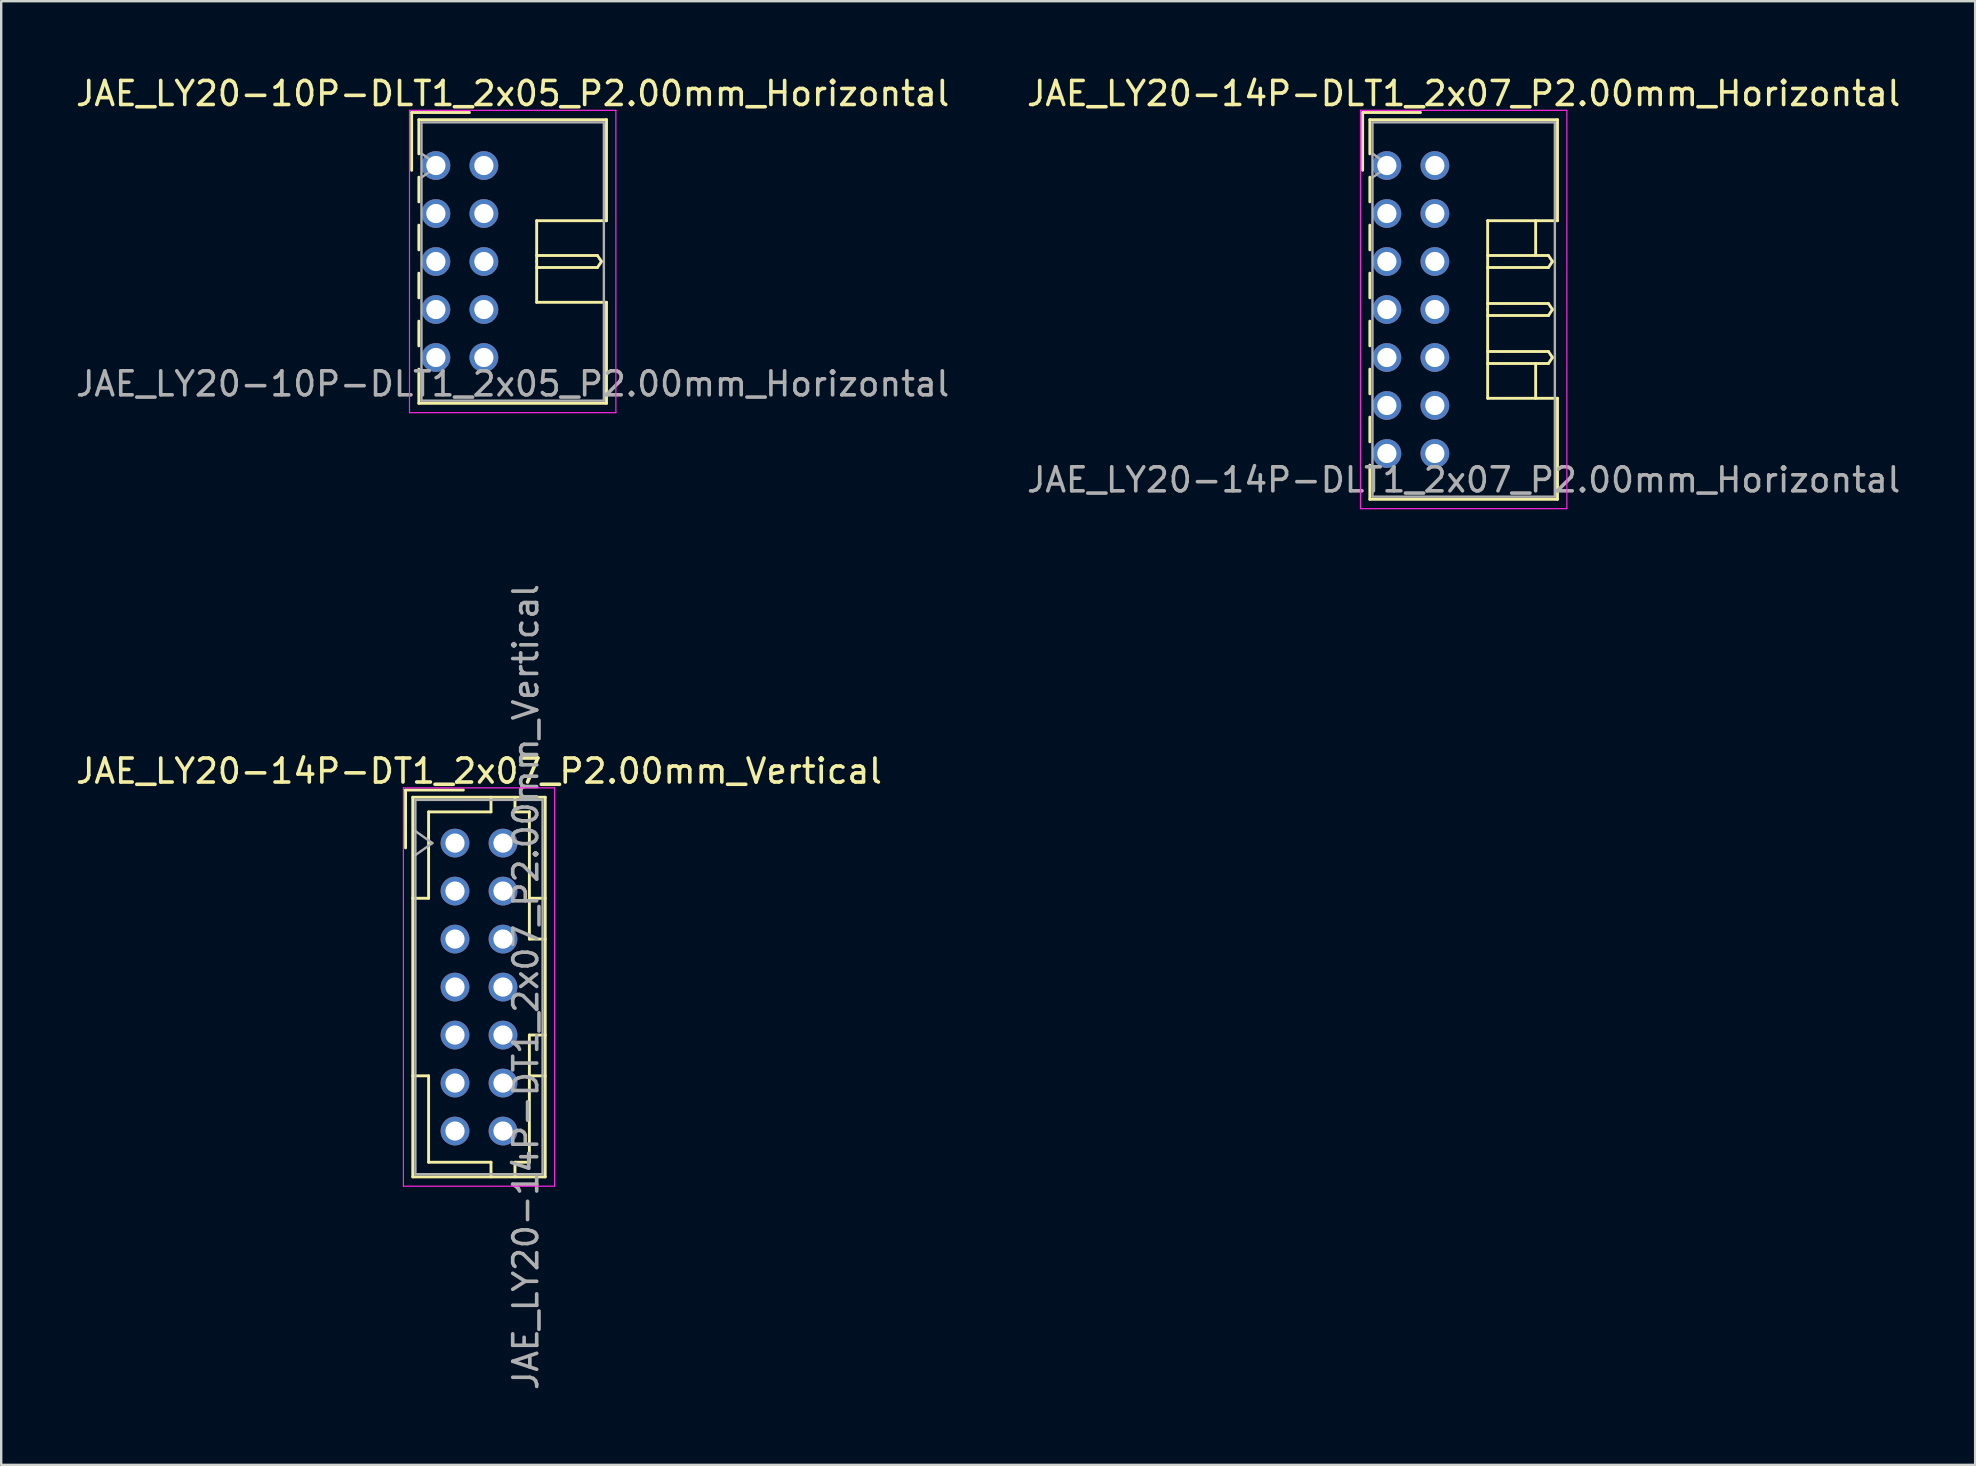
<source format=kicad_pcb>
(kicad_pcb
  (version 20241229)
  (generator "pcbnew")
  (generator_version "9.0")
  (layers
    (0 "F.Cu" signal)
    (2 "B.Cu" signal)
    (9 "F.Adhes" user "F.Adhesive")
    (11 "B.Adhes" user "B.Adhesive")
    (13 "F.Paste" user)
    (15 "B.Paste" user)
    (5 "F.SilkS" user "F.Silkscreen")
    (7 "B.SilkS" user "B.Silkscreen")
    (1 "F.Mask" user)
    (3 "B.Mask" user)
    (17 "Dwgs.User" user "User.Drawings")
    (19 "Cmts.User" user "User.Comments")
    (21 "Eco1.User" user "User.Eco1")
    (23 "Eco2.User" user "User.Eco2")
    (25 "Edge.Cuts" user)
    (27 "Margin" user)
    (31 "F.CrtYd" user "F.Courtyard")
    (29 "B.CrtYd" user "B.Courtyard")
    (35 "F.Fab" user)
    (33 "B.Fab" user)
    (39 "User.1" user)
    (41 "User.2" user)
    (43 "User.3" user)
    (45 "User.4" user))
  (footprint "JAE_LY20-14P-DLT1_2x07_P2.00mm_Horizontal"
    (layer "F.Cu")
    (at 54.746 3.848)
    (property "Reference" "JAE_LY20-14P-DLT1_2x07_P2.00mm_Horizontal" (at 3.2 -3 0) (layer "F.SilkS") (effects (font (size 1 1) (thickness 0.15))))
    (attr through_hole)
    (fp_line (start -1.01 -2.21) (end -1.01 0.2) (stroke (width 0.12) (type solid)) (layer "F.SilkS"))
    (fp_line (start -0.71 -1.91) (end 7.11 -1.91) (stroke (width 0.12) (type solid)) (layer "F.SilkS"))
    (fp_line (start -0.71 -0.485) (end -0.71 -1.91) (stroke (width 0.12) (type solid)) (layer "F.SilkS"))
    (fp_line (start -0.71 0.485) (end -0.71 1.515) (stroke (width 0.12) (type solid)) (layer "F.SilkS"))
    (fp_line (start -0.71 2.485) (end -0.71 3.515) (stroke (width 0.12) (type solid)) (layer "F.SilkS"))
    (fp_line (start -0.71 4.485) (end -0.71 5.515) (stroke (width 0.12) (type solid)) (layer "F.SilkS"))
    (fp_line (start -0.71 6.485) (end -0.71 7.515) (stroke (width 0.12) (type solid)) (layer "F.SilkS"))
    (fp_line (start -0.71 8.485) (end -0.71 9.515) (stroke (width 0.12) (type solid)) (layer "F.SilkS"))
    (fp_line (start -0.71 10.485) (end -0.71 11.515) (stroke (width 0.12) (type solid)) (layer "F.SilkS"))
    (fp_line (start -0.71 12.485) (end -0.71 13.91) (stroke (width 0.12) (type solid)) (layer "F.SilkS"))
    (fp_line (start -0.71 13.91) (end 7.11 13.91) (stroke (width 0.12) (type solid)) (layer "F.SilkS"))
    (fp_line (start 1.4 -2.21) (end -1.01 -2.21) (stroke (width 0.12) (type solid)) (layer "F.SilkS"))
    (fp_line (start 4.2 2.3) (end 4.2 6) (stroke (width 0.12) (type solid)) (layer "F.SilkS"))
    (fp_line (start 4.2 3.75) (end 6.733 3.75) (stroke (width 0.12) (type solid)) (layer "F.SilkS"))
    (fp_line (start 4.2 5.75) (end 6.733 5.75) (stroke (width 0.12) (type solid)) (layer "F.SilkS"))
    (fp_line (start 4.2 7.75) (end 6.733 7.75) (stroke (width 0.12) (type solid)) (layer "F.SilkS"))
    (fp_line (start 4.2 9.7) (end 4.2 6) (stroke (width 0.12) (type solid)) (layer "F.SilkS"))
    (fp_line (start 6.2 2.3) (end 6.2 3.75) (stroke (width 0.12) (type solid)) (layer "F.SilkS"))
    (fp_line (start 6.2 9.7) (end 6.2 8.25) (stroke (width 0.12) (type solid)) (layer "F.SilkS"))
    (fp_line (start 6.733 3.75) (end 6.9 4) (stroke (width 0.12) (type solid)) (layer "F.SilkS"))
    (fp_line (start 6.733 4.25) (end 4.2 4.25) (stroke (width 0.12) (type solid)) (layer "F.SilkS"))
    (fp_line (start 6.733 5.75) (end 6.9 6) (stroke (width 0.12) (type solid)) (layer "F.SilkS"))
    (fp_line (start 6.733 6.25) (end 4.2 6.25) (stroke (width 0.12) (type solid)) (layer "F.SilkS"))
    (fp_line (start 6.733 7.75) (end 6.9 8) (stroke (width 0.12) (type solid)) (layer "F.SilkS"))
    (fp_line (start 6.733 8.25) (end 4.2 8.25) (stroke (width 0.12) (type solid)) (layer "F.SilkS"))
    (fp_line (start 6.9 4) (end 6.733 4.25) (stroke (width 0.12) (type solid)) (layer "F.SilkS"))
    (fp_line (start 6.9 6) (end 6.733 6.25) (stroke (width 0.12) (type solid)) (layer "F.SilkS"))
    (fp_line (start 6.9 8) (end 6.733 8.25) (stroke (width 0.12) (type solid)) (layer "F.SilkS"))
    (fp_line (start 7.11 -1.91) (end 7.11 2.3) (stroke (width 0.12) (type solid)) (layer "F.SilkS"))
    (fp_line (start 7.11 2.3) (end 4.2 2.3) (stroke (width 0.12) (type solid)) (layer "F.SilkS"))
    (fp_line (start 7.11 9.7) (end 4.2 9.7) (stroke (width 0.12) (type solid)) (layer "F.SilkS"))
    (fp_line (start 7.11 13.91) (end 7.11 9.7) (stroke (width 0.12) (type solid)) (layer "F.SilkS"))
    (fp_line (start -1.1 -2.3) (end -1.1 14.3) (stroke (width 0.05) (type solid)) (layer "F.CrtYd"))
    (fp_line (start -1.1 14.3) (end 7.5 14.3) (stroke (width 0.05) (type solid)) (layer "F.CrtYd"))
    (fp_line (start 7.5 -2.3) (end -1.1 -2.3) (stroke (width 0.05) (type solid)) (layer "F.CrtYd"))
    (fp_line (start 7.5 14.3) (end 7.5 -2.3) (stroke (width 0.05) (type solid)) (layer "F.CrtYd"))
    (fp_line (start -0.6 -1.8) (end -0.6 13.8) (stroke (width 0.1) (type solid)) (layer "F.Fab"))
    (fp_line (start -0.6 0.5) (end 0.107 0) (stroke (width 0.1) (type solid)) (layer "F.Fab"))
    (fp_line (start -0.6 13.8) (end 7 13.8) (stroke (width 0.1) (type solid)) (layer "F.Fab"))
    (fp_line (start 0.107 0) (end -0.6 -0.5) (stroke (width 0.1) (type solid)) (layer "F.Fab"))
    (fp_line (start 7 -1.8) (end -0.6 -1.8) (stroke (width 0.1) (type solid)) (layer "F.Fab"))
    (fp_line (start 7 13.8) (end 7 -1.8) (stroke (width 0.1) (type solid)) (layer "F.Fab"))
    (fp_text user "${REFERENCE}" (at 3.2 13.1 0) (layer "F.Fab") (effects (font (size 1 1) (thickness 0.15))))
    (pad "a1" thru_hole circle (at 0 0) (size 1.2 1.2) (drill 0.8) (layers "*.Cu" "*.Mask"))
    (pad "a2" thru_hole circle (at 0 2) (size 1.2 1.2) (drill 0.8) (layers "*.Cu" "*.Mask"))
    (pad "a3" thru_hole circle (at 0 4) (size 1.2 1.2) (drill 0.8) (layers "*.Cu" "*.Mask"))
    (pad "a4" thru_hole circle (at 0 6) (size 1.2 1.2) (drill 0.8) (layers "*.Cu" "*.Mask"))
    (pad "a5" thru_hole circle (at 0 8) (size 1.2 1.2) (drill 0.8) (layers "*.Cu" "*.Mask"))
    (pad "a6" thru_hole circle (at 0 10) (size 1.2 1.2) (drill 0.8) (layers "*.Cu" "*.Mask"))
    (pad "a7" thru_hole circle (at 0 12) (size 1.2 1.2) (drill 0.8) (layers "*.Cu" "*.Mask"))
    (pad "b1" thru_hole circle (at 2 0) (size 1.2 1.2) (drill 0.8) (layers "*.Cu" "*.Mask"))
    (pad "b2" thru_hole circle (at 2 2) (size 1.2 1.2) (drill 0.8) (layers "*.Cu" "*.Mask"))
    (pad "b3" thru_hole circle (at 2 4) (size 1.2 1.2) (drill 0.8) (layers "*.Cu" "*.Mask"))
    (pad "b4" thru_hole circle (at 2 6) (size 1.2 1.2) (drill 0.8) (layers "*.Cu" "*.Mask"))
    (pad "b5" thru_hole circle (at 2 8) (size 1.2 1.2) (drill 0.8) (layers "*.Cu" "*.Mask"))
    (pad "b6" thru_hole circle (at 2 10) (size 1.2 1.2) (drill 0.8) (layers "*.Cu" "*.Mask"))
    (pad "b7" thru_hole circle (at 2 12) (size 1.2 1.2) (drill 0.8) (layers "*.Cu" "*.Mask")))
  (footprint "JAE_LY20-10P-DLT1_2x05_P2.00mm_Horizontal"
    (layer "F.Cu")
    (at 15.115 3.848)
    (property "Reference" "JAE_LY20-10P-DLT1_2x05_P2.00mm_Horizontal" (at 3.2 -3 0) (layer "F.SilkS") (effects (font (size 1 1) (thickness 0.15))))
    (attr through_hole)
    (fp_line (start -1.01 -2.21) (end -1.01 0.2) (stroke (width 0.12) (type solid)) (layer "F.SilkS"))
    (fp_line (start -0.71 -1.91) (end 7.11 -1.91) (stroke (width 0.12) (type solid)) (layer "F.SilkS"))
    (fp_line (start -0.71 -0.485) (end -0.71 -1.91) (stroke (width 0.12) (type solid)) (layer "F.SilkS"))
    (fp_line (start -0.71 0.485) (end -0.71 1.515) (stroke (width 0.12) (type solid)) (layer "F.SilkS"))
    (fp_line (start -0.71 2.485) (end -0.71 3.515) (stroke (width 0.12) (type solid)) (layer "F.SilkS"))
    (fp_line (start -0.71 4.485) (end -0.71 5.515) (stroke (width 0.12) (type solid)) (layer "F.SilkS"))
    (fp_line (start -0.71 6.485) (end -0.71 7.515) (stroke (width 0.12) (type solid)) (layer "F.SilkS"))
    (fp_line (start -0.71 8.485) (end -0.71 9.91) (stroke (width 0.12) (type solid)) (layer "F.SilkS"))
    (fp_line (start -0.71 9.91) (end 7.11 9.91) (stroke (width 0.12) (type solid)) (layer "F.SilkS"))
    (fp_line (start 1.4 -2.21) (end -1.01 -2.21) (stroke (width 0.12) (type solid)) (layer "F.SilkS"))
    (fp_line (start 4.2 2.3) (end 4.2 4) (stroke (width 0.12) (type solid)) (layer "F.SilkS"))
    (fp_line (start 4.2 3.75) (end 6.733 3.75) (stroke (width 0.12) (type solid)) (layer "F.SilkS"))
    (fp_line (start 4.2 5.7) (end 4.2 4) (stroke (width 0.12) (type solid)) (layer "F.SilkS"))
    (fp_line (start 6.733 3.75) (end 6.9 4) (stroke (width 0.12) (type solid)) (layer "F.SilkS"))
    (fp_line (start 6.733 4.25) (end 4.2 4.25) (stroke (width 0.12) (type solid)) (layer "F.SilkS"))
    (fp_line (start 6.9 4) (end 6.733 4.25) (stroke (width 0.12) (type solid)) (layer "F.SilkS"))
    (fp_line (start 7.11 -1.91) (end 7.11 2.3) (stroke (width 0.12) (type solid)) (layer "F.SilkS"))
    (fp_line (start 7.11 2.3) (end 4.2 2.3) (stroke (width 0.12) (type solid)) (layer "F.SilkS"))
    (fp_line (start 7.11 5.7) (end 4.2 5.7) (stroke (width 0.12) (type solid)) (layer "F.SilkS"))
    (fp_line (start 7.11 9.91) (end 7.11 5.7) (stroke (width 0.12) (type solid)) (layer "F.SilkS"))
    (fp_line (start -1.1 -2.3) (end -1.1 10.3) (stroke (width 0.05) (type solid)) (layer "F.CrtYd"))
    (fp_line (start -1.1 10.3) (end 7.5 10.3) (stroke (width 0.05) (type solid)) (layer "F.CrtYd"))
    (fp_line (start 7.5 -2.3) (end -1.1 -2.3) (stroke (width 0.05) (type solid)) (layer "F.CrtYd"))
    (fp_line (start 7.5 10.3) (end 7.5 -2.3) (stroke (width 0.05) (type solid)) (layer "F.CrtYd"))
    (fp_line (start -0.6 -1.8) (end -0.6 9.8) (stroke (width 0.1) (type solid)) (layer "F.Fab"))
    (fp_line (start -0.6 0.5) (end 0.107 0) (stroke (width 0.1) (type solid)) (layer "F.Fab"))
    (fp_line (start -0.6 9.8) (end 7 9.8) (stroke (width 0.1) (type solid)) (layer "F.Fab"))
    (fp_line (start 0.107 0) (end -0.6 -0.5) (stroke (width 0.1) (type solid)) (layer "F.Fab"))
    (fp_line (start 7 -1.8) (end -0.6 -1.8) (stroke (width 0.1) (type solid)) (layer "F.Fab"))
    (fp_line (start 7 9.8) (end 7 -1.8) (stroke (width 0.1) (type solid)) (layer "F.Fab"))
    (fp_text user "${REFERENCE}" (at 3.2 9.1 0) (layer "F.Fab") (effects (font (size 1 1) (thickness 0.15))))
    (pad "a1" thru_hole circle (at 0 0) (size 1.2 1.2) (drill 0.8) (layers "*.Cu" "*.Mask"))
    (pad "a2" thru_hole circle (at 0 2) (size 1.2 1.2) (drill 0.8) (layers "*.Cu" "*.Mask"))
    (pad "a3" thru_hole circle (at 0 4) (size 1.2 1.2) (drill 0.8) (layers "*.Cu" "*.Mask"))
    (pad "a4" thru_hole circle (at 0 6) (size 1.2 1.2) (drill 0.8) (layers "*.Cu" "*.Mask"))
    (pad "a5" thru_hole circle (at 0 8) (size 1.2 1.2) (drill 0.8) (layers "*.Cu" "*.Mask"))
    (pad "b1" thru_hole circle (at 2 0) (size 1.2 1.2) (drill 0.8) (layers "*.Cu" "*.Mask"))
    (pad "b2" thru_hole circle (at 2 2) (size 1.2 1.2) (drill 0.8) (layers "*.Cu" "*.Mask"))
    (pad "b3" thru_hole circle (at 2 4) (size 1.2 1.2) (drill 0.8) (layers "*.Cu" "*.Mask"))
    (pad "b4" thru_hole circle (at 2 6) (size 1.2 1.2) (drill 0.8) (layers "*.Cu" "*.Mask"))
    (pad "b5" thru_hole circle (at 2 8) (size 1.2 1.2) (drill 0.8) (layers "*.Cu" "*.Mask")))
  (footprint "JAE_LY20-14P-DT1_2x07_P2.00mm_Vertical"
    (layer "F.Cu")
    (at 15.911 32.084)
    (property "Reference" "JAE_LY20-14P-DT1_2x07_P2.00mm_Vertical" (at 1 -3 0) (layer "F.SilkS") (effects (font (size 1 1) (thickness 0.15))))
    (attr through_hole)
    (fp_line (start -2.06 -2.21) (end -2.06 0.2) (stroke (width 0.12) (type solid)) (layer "F.SilkS"))
    (fp_line (start -1.76 -1.91) (end -1.76 13.91) (stroke (width 0.12) (type solid)) (layer "F.SilkS"))
    (fp_line (start -1.76 13.91) (end 3.76 13.91) (stroke (width 0.12) (type solid)) (layer "F.SilkS"))
    (fp_line (start -1.1 -1.3) (end -1.1 2.3) (stroke (width 0.12) (type solid)) (layer "F.SilkS"))
    (fp_line (start -1.1 2.3) (end -1.76 2.3) (stroke (width 0.12) (type solid)) (layer "F.SilkS"))
    (fp_line (start -1.1 9.7) (end -1.76 9.7) (stroke (width 0.12) (type solid)) (layer "F.SilkS"))
    (fp_line (start -1.1 13.3) (end -1.1 9.7) (stroke (width 0.12) (type solid)) (layer "F.SilkS"))
    (fp_line (start 0.35 -2.21) (end -2.06 -2.21) (stroke (width 0.12) (type solid)) (layer "F.SilkS"))
    (fp_line (start 1.5 -1.91) (end 1.5 -1.3) (stroke (width 0.12) (type solid)) (layer "F.SilkS"))
    (fp_line (start 1.5 -1.3) (end -1.1 -1.3) (stroke (width 0.12) (type solid)) (layer "F.SilkS"))
    (fp_line (start 1.5 13.3) (end -1.1 13.3) (stroke (width 0.12) (type solid)) (layer "F.SilkS"))
    (fp_line (start 1.5 13.91) (end 1.5 13.3) (stroke (width 0.12) (type solid)) (layer "F.SilkS"))
    (fp_line (start 2.5 -1.91) (end 2.5 -1.3) (stroke (width 0.12) (type solid)) (layer "F.SilkS"))
    (fp_line (start 2.5 -1.3) (end 3.1 -1.3) (stroke (width 0.12) (type solid)) (layer "F.SilkS"))
    (fp_line (start 2.5 13.3) (end 3.1 13.3) (stroke (width 0.12) (type solid)) (layer "F.SilkS"))
    (fp_line (start 2.5 13.91) (end 2.5 13.3) (stroke (width 0.12) (type solid)) (layer "F.SilkS"))
    (fp_line (start 3.1 -1.3) (end 3.1 4) (stroke (width 0.12) (type solid)) (layer "F.SilkS"))
    (fp_line (start 3.1 4) (end 3.76 4) (stroke (width 0.12) (type solid)) (layer "F.SilkS"))
    (fp_line (start 3.1 8) (end 3.76 8) (stroke (width 0.12) (type solid)) (layer "F.SilkS"))
    (fp_line (start 3.1 13.3) (end 3.1 8) (stroke (width 0.12) (type solid)) (layer "F.SilkS"))
    (fp_line (start 3.76 -1.91) (end -1.76 -1.91) (stroke (width 0.12) (type solid)) (layer "F.SilkS"))
    (fp_line (start 3.76 2.3) (end 3.1 2.3) (stroke (width 0.12) (type solid)) (layer "F.SilkS"))
    (fp_line (start 3.76 9.7) (end 3.1 9.7) (stroke (width 0.12) (type solid)) (layer "F.SilkS"))
    (fp_line (start 3.76 13.91) (end 3.76 -1.91) (stroke (width 0.12) (type solid)) (layer "F.SilkS"))
    (fp_line (start -2.15 -2.3) (end -2.15 14.3) (stroke (width 0.05) (type solid)) (layer "F.CrtYd"))
    (fp_line (start -2.15 14.3) (end 4.15 14.3) (stroke (width 0.05) (type solid)) (layer "F.CrtYd"))
    (fp_line (start 4.15 -2.3) (end -2.15 -2.3) (stroke (width 0.05) (type solid)) (layer "F.CrtYd"))
    (fp_line (start 4.15 14.3) (end 4.15 -2.3) (stroke (width 0.05) (type solid)) (layer "F.CrtYd"))
    (fp_line (start -1.65 -1.8) (end -1.65 13.8) (stroke (width 0.1) (type solid)) (layer "F.Fab"))
    (fp_line (start -1.65 0.5) (end -0.943 0) (stroke (width 0.1) (type solid)) (layer "F.Fab"))
    (fp_line (start -1.65 13.8) (end 3.65 13.8) (stroke (width 0.1) (type solid)) (layer "F.Fab"))
    (fp_line (start -0.943 0) (end -1.65 -0.5) (stroke (width 0.1) (type solid)) (layer "F.Fab"))
    (fp_line (start 3.65 -1.8) (end -1.65 -1.8) (stroke (width 0.1) (type solid)) (layer "F.Fab"))
    (fp_line (start 3.65 13.8) (end 3.65 -1.8) (stroke (width 0.1) (type solid)) (layer "F.Fab"))
    (fp_text user "${REFERENCE}" (at 2.95 6 90) (layer "F.Fab") (effects (font (size 1 1) (thickness 0.15))))
    (pad "a1" thru_hole circle (at 0 0) (size 1.2 1.2) (drill 0.8) (layers "*.Cu" "*.Mask"))
    (pad "a2" thru_hole circle (at 0 2) (size 1.2 1.2) (drill 0.8) (layers "*.Cu" "*.Mask"))
    (pad "a3" thru_hole circle (at 0 4) (size 1.2 1.2) (drill 0.8) (layers "*.Cu" "*.Mask"))
    (pad "a4" thru_hole circle (at 0 6) (size 1.2 1.2) (drill 0.8) (layers "*.Cu" "*.Mask"))
    (pad "a5" thru_hole circle (at 0 8) (size 1.2 1.2) (drill 0.8) (layers "*.Cu" "*.Mask"))
    (pad "a6" thru_hole circle (at 0 10) (size 1.2 1.2) (drill 0.8) (layers "*.Cu" "*.Mask"))
    (pad "a7" thru_hole circle (at 0 12) (size 1.2 1.2) (drill 0.8) (layers "*.Cu" "*.Mask"))
    (pad "b1" thru_hole circle (at 2 0) (size 1.2 1.2) (drill 0.8) (layers "*.Cu" "*.Mask"))
    (pad "b2" thru_hole circle (at 2 2) (size 1.2 1.2) (drill 0.8) (layers "*.Cu" "*.Mask"))
    (pad "b3" thru_hole circle (at 2 4) (size 1.2 1.2) (drill 0.8) (layers "*.Cu" "*.Mask"))
    (pad "b4" thru_hole circle (at 2 6) (size 1.2 1.2) (drill 0.8) (layers "*.Cu" "*.Mask"))
    (pad "b5" thru_hole circle (at 2 8) (size 1.2 1.2) (drill 0.8) (layers "*.Cu" "*.Mask"))
    (pad "b6" thru_hole circle (at 2 10) (size 1.2 1.2) (drill 0.8) (layers "*.Cu" "*.Mask"))
    (pad "b7" thru_hole circle (at 2 12) (size 1.2 1.2) (drill 0.8) (layers "*.Cu" "*.Mask")))
  (gr_rect
    (start -3 -3)
    (end 79.262 57.995)
    (stroke (width 0.1) (type default))
    (fill no)
    (layer "Edge.Cuts")))
</source>
